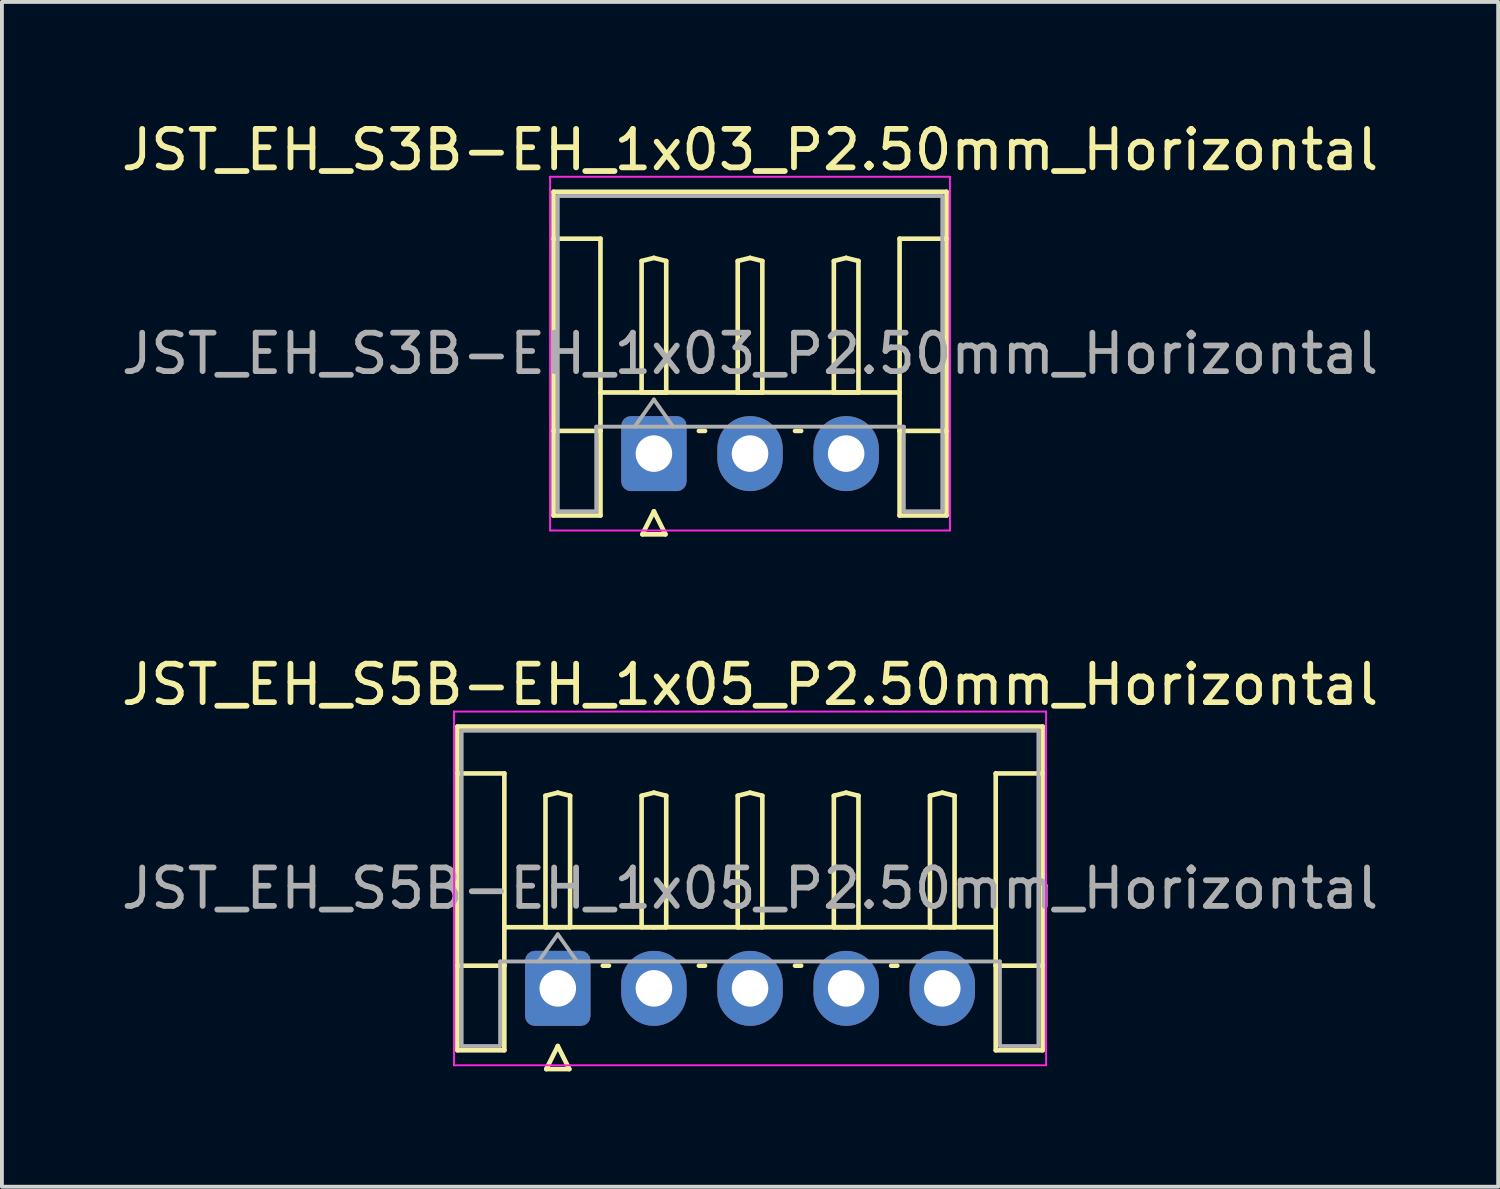
<source format=kicad_pcb>
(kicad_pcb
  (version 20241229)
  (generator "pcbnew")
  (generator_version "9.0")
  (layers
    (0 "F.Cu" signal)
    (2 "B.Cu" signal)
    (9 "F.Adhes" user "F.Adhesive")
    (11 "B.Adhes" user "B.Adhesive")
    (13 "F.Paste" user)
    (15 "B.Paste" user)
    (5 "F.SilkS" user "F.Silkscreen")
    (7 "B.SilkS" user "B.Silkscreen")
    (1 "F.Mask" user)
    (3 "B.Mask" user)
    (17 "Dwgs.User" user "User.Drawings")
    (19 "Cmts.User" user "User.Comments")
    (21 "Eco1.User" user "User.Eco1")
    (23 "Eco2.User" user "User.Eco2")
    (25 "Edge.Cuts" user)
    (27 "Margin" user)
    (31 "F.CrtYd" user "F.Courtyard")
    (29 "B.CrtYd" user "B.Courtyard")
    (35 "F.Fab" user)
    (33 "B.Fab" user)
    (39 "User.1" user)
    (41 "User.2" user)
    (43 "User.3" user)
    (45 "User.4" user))
  (footprint "JST_EH_S5B-EH_1x05_P2.50mm_Horizontal"
    (layer "F.Cu")
    (at 11.458 22.657)
    (property "Reference" "JST_EH_S5B-EH_1x05_P2.50mm_Horizontal" (at 5 -7.9 0) (layer "F.SilkS") (effects (font (size 1 1) (thickness 0.15))))
    (attr through_hole)
    (fp_line (start -2.61 -6.81) (end 12.61 -6.81) (stroke (width 0.12) (type solid)) (layer "F.SilkS"))
    (fp_line (start -2.61 -5.59) (end -1.39 -5.59) (stroke (width 0.12) (type solid)) (layer "F.SilkS"))
    (fp_line (start -2.61 1.61) (end -2.61 -6.81) (stroke (width 0.12) (type solid)) (layer "F.SilkS"))
    (fp_line (start -1.39 -5.59) (end -1.39 -0.59) (stroke (width 0.12) (type solid)) (layer "F.SilkS"))
    (fp_line (start -1.39 -1.59) (end 11.39 -1.59) (stroke (width 0.12) (type solid)) (layer "F.SilkS"))
    (fp_line (start -1.39 -0.59) (end -2.61 -0.59) (stroke (width 0.12) (type solid)) (layer "F.SilkS"))
    (fp_line (start -1.39 -0.59) (end -1.39 1.61) (stroke (width 0.12) (type solid)) (layer "F.SilkS"))
    (fp_line (start -1.39 1.61) (end -2.61 1.61) (stroke (width 0.12) (type solid)) (layer "F.SilkS"))
    (fp_line (start -0.32 -5.01) (end 0 -5.09) (stroke (width 0.12) (type solid)) (layer "F.SilkS"))
    (fp_line (start -0.32 -1.59) (end -0.32 -5.01) (stroke (width 0.12) (type solid)) (layer "F.SilkS"))
    (fp_line (start -0.3 2.1) (end 0.3 2.1) (stroke (width 0.12) (type solid)) (layer "F.SilkS"))
    (fp_line (start 0 -5.09) (end 0.32 -5.01) (stroke (width 0.12) (type solid)) (layer "F.SilkS"))
    (fp_line (start 0 -1.59) (end -0.32 -1.59) (stroke (width 0.12) (type solid)) (layer "F.SilkS"))
    (fp_line (start 0 1.5) (end -0.3 2.1) (stroke (width 0.12) (type solid)) (layer "F.SilkS"))
    (fp_line (start 0.3 2.1) (end 0 1.5) (stroke (width 0.12) (type solid)) (layer "F.SilkS"))
    (fp_line (start 0.32 -5.01) (end 0.32 -1.59) (stroke (width 0.12) (type solid)) (layer "F.SilkS"))
    (fp_line (start 0.32 -1.59) (end 0 -1.59) (stroke (width 0.12) (type solid)) (layer "F.SilkS"))
    (fp_line (start 1.17 -0.59) (end 1.33 -0.59) (stroke (width 0.12) (type solid)) (layer "F.SilkS"))
    (fp_line (start 2.18 -5.01) (end 2.5 -5.09) (stroke (width 0.12) (type solid)) (layer "F.SilkS"))
    (fp_line (start 2.18 -1.59) (end 2.18 -5.01) (stroke (width 0.12) (type solid)) (layer "F.SilkS"))
    (fp_line (start 2.5 -5.09) (end 2.82 -5.01) (stroke (width 0.12) (type solid)) (layer "F.SilkS"))
    (fp_line (start 2.5 -1.59) (end 2.18 -1.59) (stroke (width 0.12) (type solid)) (layer "F.SilkS"))
    (fp_line (start 2.82 -5.01) (end 2.82 -1.59) (stroke (width 0.12) (type solid)) (layer "F.SilkS"))
    (fp_line (start 2.82 -1.59) (end 2.5 -1.59) (stroke (width 0.12) (type solid)) (layer "F.SilkS"))
    (fp_line (start 3.67 -0.59) (end 3.83 -0.59) (stroke (width 0.12) (type solid)) (layer "F.SilkS"))
    (fp_line (start 4.68 -5.01) (end 5 -5.09) (stroke (width 0.12) (type solid)) (layer "F.SilkS"))
    (fp_line (start 4.68 -1.59) (end 4.68 -5.01) (stroke (width 0.12) (type solid)) (layer "F.SilkS"))
    (fp_line (start 5 -5.09) (end 5.32 -5.01) (stroke (width 0.12) (type solid)) (layer "F.SilkS"))
    (fp_line (start 5 -1.59) (end 4.68 -1.59) (stroke (width 0.12) (type solid)) (layer "F.SilkS"))
    (fp_line (start 5.32 -5.01) (end 5.32 -1.59) (stroke (width 0.12) (type solid)) (layer "F.SilkS"))
    (fp_line (start 5.32 -1.59) (end 5 -1.59) (stroke (width 0.12) (type solid)) (layer "F.SilkS"))
    (fp_line (start 6.17 -0.59) (end 6.33 -0.59) (stroke (width 0.12) (type solid)) (layer "F.SilkS"))
    (fp_line (start 7.18 -5.01) (end 7.5 -5.09) (stroke (width 0.12) (type solid)) (layer "F.SilkS"))
    (fp_line (start 7.18 -1.59) (end 7.18 -5.01) (stroke (width 0.12) (type solid)) (layer "F.SilkS"))
    (fp_line (start 7.5 -5.09) (end 7.82 -5.01) (stroke (width 0.12) (type solid)) (layer "F.SilkS"))
    (fp_line (start 7.5 -1.59) (end 7.18 -1.59) (stroke (width 0.12) (type solid)) (layer "F.SilkS"))
    (fp_line (start 7.82 -5.01) (end 7.82 -1.59) (stroke (width 0.12) (type solid)) (layer "F.SilkS"))
    (fp_line (start 7.82 -1.59) (end 7.5 -1.59) (stroke (width 0.12) (type solid)) (layer "F.SilkS"))
    (fp_line (start 8.67 -0.59) (end 8.83 -0.59) (stroke (width 0.12) (type solid)) (layer "F.SilkS"))
    (fp_line (start 9.68 -5.01) (end 10 -5.09) (stroke (width 0.12) (type solid)) (layer "F.SilkS"))
    (fp_line (start 9.68 -1.59) (end 9.68 -5.01) (stroke (width 0.12) (type solid)) (layer "F.SilkS"))
    (fp_line (start 10 -5.09) (end 10.32 -5.01) (stroke (width 0.12) (type solid)) (layer "F.SilkS"))
    (fp_line (start 10 -1.59) (end 9.68 -1.59) (stroke (width 0.12) (type solid)) (layer "F.SilkS"))
    (fp_line (start 10.32 -5.01) (end 10.32 -1.59) (stroke (width 0.12) (type solid)) (layer "F.SilkS"))
    (fp_line (start 10.32 -1.59) (end 10 -1.59) (stroke (width 0.12) (type solid)) (layer "F.SilkS"))
    (fp_line (start 11.39 -5.59) (end 11.39 -0.59) (stroke (width 0.12) (type solid)) (layer "F.SilkS"))
    (fp_line (start 11.39 -0.59) (end 12.61 -0.59) (stroke (width 0.12) (type solid)) (layer "F.SilkS"))
    (fp_line (start 11.39 1.61) (end 11.39 -0.59) (stroke (width 0.12) (type solid)) (layer "F.SilkS"))
    (fp_line (start 12.61 -6.81) (end 12.61 1.61) (stroke (width 0.12) (type solid)) (layer "F.SilkS"))
    (fp_line (start 12.61 -5.59) (end 11.39 -5.59) (stroke (width 0.12) (type solid)) (layer "F.SilkS"))
    (fp_line (start 12.61 1.61) (end 11.39 1.61) (stroke (width 0.12) (type solid)) (layer "F.SilkS"))
    (fp_line (start -2.7 -7.2) (end -2.7 2) (stroke (width 0.05) (type solid)) (layer "F.CrtYd"))
    (fp_line (start -2.7 2) (end 12.7 2) (stroke (width 0.05) (type solid)) (layer "F.CrtYd"))
    (fp_line (start 12.7 -7.2) (end -2.7 -7.2) (stroke (width 0.05) (type solid)) (layer "F.CrtYd"))
    (fp_line (start 12.7 2) (end 12.7 -7.2) (stroke (width 0.05) (type solid)) (layer "F.CrtYd"))
    (fp_line (start -2.5 -6.7) (end 12.5 -6.7) (stroke (width 0.1) (type solid)) (layer "F.Fab"))
    (fp_line (start -2.5 1.5) (end -2.5 -6.7) (stroke (width 0.1) (type solid)) (layer "F.Fab"))
    (fp_line (start -1.5 -0.7) (end -1.5 1.5) (stroke (width 0.1) (type solid)) (layer "F.Fab"))
    (fp_line (start -1.5 1.5) (end -2.5 1.5) (stroke (width 0.1) (type solid)) (layer "F.Fab"))
    (fp_line (start -0.5 -0.7) (end 0 -1.407) (stroke (width 0.1) (type solid)) (layer "F.Fab"))
    (fp_line (start 0 -1.407) (end 0.5 -0.7) (stroke (width 0.1) (type solid)) (layer "F.Fab"))
    (fp_line (start 11.5 -0.7) (end -1.5 -0.7) (stroke (width 0.1) (type solid)) (layer "F.Fab"))
    (fp_line (start 11.5 1.5) (end 11.5 -0.7) (stroke (width 0.1) (type solid)) (layer "F.Fab"))
    (fp_line (start 12.5 -6.7) (end 12.5 1.5) (stroke (width 0.1) (type solid)) (layer "F.Fab"))
    (fp_line (start 12.5 1.5) (end 11.5 1.5) (stroke (width 0.1) (type solid)) (layer "F.Fab"))
    (fp_text user "${REFERENCE}" (at 5 -2.6 0) (layer "F.Fab") (effects (font (size 1 1) (thickness 0.15))))
    (pad "1" thru_hole roundrect (at 0 0) (size 1.7 1.95) (drill 0.95) (layers "*.Cu" "*.Mask") (roundrect_rratio 0.147))
    (pad "2" thru_hole oval (at 2.5 0) (size 1.7 1.95) (drill 0.95) (layers "*.Cu" "*.Mask"))
    (pad "3" thru_hole oval (at 5 0) (size 1.7 1.95) (drill 0.95) (layers "*.Cu" "*.Mask"))
    (pad "4" thru_hole oval (at 7.5 0) (size 1.7 1.95) (drill 0.95) (layers "*.Cu" "*.Mask"))
    (pad "5" thru_hole oval (at 10 0) (size 1.7 1.95) (drill 0.95) (layers "*.Cu" "*.Mask")))
  (footprint "JST_EH_S3B-EH_1x03_P2.50mm_Horizontal"
    (layer "F.Cu")
    (at 13.958 8.748)
    (property "Reference" "JST_EH_S3B-EH_1x03_P2.50mm_Horizontal" (at 2.5 -7.9 0) (layer "F.SilkS") (effects (font (size 1 1) (thickness 0.15))))
    (attr through_hole)
    (fp_line (start -2.61 -6.81) (end 7.61 -6.81) (stroke (width 0.12) (type solid)) (layer "F.SilkS"))
    (fp_line (start -2.61 -5.59) (end -1.39 -5.59) (stroke (width 0.12) (type solid)) (layer "F.SilkS"))
    (fp_line (start -2.61 1.61) (end -2.61 -6.81) (stroke (width 0.12) (type solid)) (layer "F.SilkS"))
    (fp_line (start -1.39 -5.59) (end -1.39 -0.59) (stroke (width 0.12) (type solid)) (layer "F.SilkS"))
    (fp_line (start -1.39 -1.59) (end 6.39 -1.59) (stroke (width 0.12) (type solid)) (layer "F.SilkS"))
    (fp_line (start -1.39 -0.59) (end -2.61 -0.59) (stroke (width 0.12) (type solid)) (layer "F.SilkS"))
    (fp_line (start -1.39 -0.59) (end -1.39 1.61) (stroke (width 0.12) (type solid)) (layer "F.SilkS"))
    (fp_line (start -1.39 1.61) (end -2.61 1.61) (stroke (width 0.12) (type solid)) (layer "F.SilkS"))
    (fp_line (start -0.32 -5.01) (end 0 -5.09) (stroke (width 0.12) (type solid)) (layer "F.SilkS"))
    (fp_line (start -0.32 -1.59) (end -0.32 -5.01) (stroke (width 0.12) (type solid)) (layer "F.SilkS"))
    (fp_line (start -0.3 2.1) (end 0.3 2.1) (stroke (width 0.12) (type solid)) (layer "F.SilkS"))
    (fp_line (start 0 -5.09) (end 0.32 -5.01) (stroke (width 0.12) (type solid)) (layer "F.SilkS"))
    (fp_line (start 0 -1.59) (end -0.32 -1.59) (stroke (width 0.12) (type solid)) (layer "F.SilkS"))
    (fp_line (start 0 1.5) (end -0.3 2.1) (stroke (width 0.12) (type solid)) (layer "F.SilkS"))
    (fp_line (start 0.3 2.1) (end 0 1.5) (stroke (width 0.12) (type solid)) (layer "F.SilkS"))
    (fp_line (start 0.32 -5.01) (end 0.32 -1.59) (stroke (width 0.12) (type solid)) (layer "F.SilkS"))
    (fp_line (start 0.32 -1.59) (end 0 -1.59) (stroke (width 0.12) (type solid)) (layer "F.SilkS"))
    (fp_line (start 1.17 -0.59) (end 1.33 -0.59) (stroke (width 0.12) (type solid)) (layer "F.SilkS"))
    (fp_line (start 2.18 -5.01) (end 2.5 -5.09) (stroke (width 0.12) (type solid)) (layer "F.SilkS"))
    (fp_line (start 2.18 -1.59) (end 2.18 -5.01) (stroke (width 0.12) (type solid)) (layer "F.SilkS"))
    (fp_line (start 2.5 -5.09) (end 2.82 -5.01) (stroke (width 0.12) (type solid)) (layer "F.SilkS"))
    (fp_line (start 2.5 -1.59) (end 2.18 -1.59) (stroke (width 0.12) (type solid)) (layer "F.SilkS"))
    (fp_line (start 2.82 -5.01) (end 2.82 -1.59) (stroke (width 0.12) (type solid)) (layer "F.SilkS"))
    (fp_line (start 2.82 -1.59) (end 2.5 -1.59) (stroke (width 0.12) (type solid)) (layer "F.SilkS"))
    (fp_line (start 3.67 -0.59) (end 3.83 -0.59) (stroke (width 0.12) (type solid)) (layer "F.SilkS"))
    (fp_line (start 4.68 -5.01) (end 5 -5.09) (stroke (width 0.12) (type solid)) (layer "F.SilkS"))
    (fp_line (start 4.68 -1.59) (end 4.68 -5.01) (stroke (width 0.12) (type solid)) (layer "F.SilkS"))
    (fp_line (start 5 -5.09) (end 5.32 -5.01) (stroke (width 0.12) (type solid)) (layer "F.SilkS"))
    (fp_line (start 5 -1.59) (end 4.68 -1.59) (stroke (width 0.12) (type solid)) (layer "F.SilkS"))
    (fp_line (start 5.32 -5.01) (end 5.32 -1.59) (stroke (width 0.12) (type solid)) (layer "F.SilkS"))
    (fp_line (start 5.32 -1.59) (end 5 -1.59) (stroke (width 0.12) (type solid)) (layer "F.SilkS"))
    (fp_line (start 6.39 -5.59) (end 6.39 -0.59) (stroke (width 0.12) (type solid)) (layer "F.SilkS"))
    (fp_line (start 6.39 -0.59) (end 7.61 -0.59) (stroke (width 0.12) (type solid)) (layer "F.SilkS"))
    (fp_line (start 6.39 1.61) (end 6.39 -0.59) (stroke (width 0.12) (type solid)) (layer "F.SilkS"))
    (fp_line (start 7.61 -6.81) (end 7.61 1.61) (stroke (width 0.12) (type solid)) (layer "F.SilkS"))
    (fp_line (start 7.61 -5.59) (end 6.39 -5.59) (stroke (width 0.12) (type solid)) (layer "F.SilkS"))
    (fp_line (start 7.61 1.61) (end 6.39 1.61) (stroke (width 0.12) (type solid)) (layer "F.SilkS"))
    (fp_line (start -2.7 -7.2) (end -2.7 2) (stroke (width 0.05) (type solid)) (layer "F.CrtYd"))
    (fp_line (start -2.7 2) (end 7.7 2) (stroke (width 0.05) (type solid)) (layer "F.CrtYd"))
    (fp_line (start 7.7 -7.2) (end -2.7 -7.2) (stroke (width 0.05) (type solid)) (layer "F.CrtYd"))
    (fp_line (start 7.7 2) (end 7.7 -7.2) (stroke (width 0.05) (type solid)) (layer "F.CrtYd"))
    (fp_line (start -2.5 -6.7) (end 7.5 -6.7) (stroke (width 0.1) (type solid)) (layer "F.Fab"))
    (fp_line (start -2.5 1.5) (end -2.5 -6.7) (stroke (width 0.1) (type solid)) (layer "F.Fab"))
    (fp_line (start -1.5 -0.7) (end -1.5 1.5) (stroke (width 0.1) (type solid)) (layer "F.Fab"))
    (fp_line (start -1.5 1.5) (end -2.5 1.5) (stroke (width 0.1) (type solid)) (layer "F.Fab"))
    (fp_line (start -0.5 -0.7) (end 0 -1.407) (stroke (width 0.1) (type solid)) (layer "F.Fab"))
    (fp_line (start 0 -1.407) (end 0.5 -0.7) (stroke (width 0.1) (type solid)) (layer "F.Fab"))
    (fp_line (start 6.5 -0.7) (end -1.5 -0.7) (stroke (width 0.1) (type solid)) (layer "F.Fab"))
    (fp_line (start 6.5 1.5) (end 6.5 -0.7) (stroke (width 0.1) (type solid)) (layer "F.Fab"))
    (fp_line (start 7.5 -6.7) (end 7.5 1.5) (stroke (width 0.1) (type solid)) (layer "F.Fab"))
    (fp_line (start 7.5 1.5) (end 6.5 1.5) (stroke (width 0.1) (type solid)) (layer "F.Fab"))
    (fp_text user "${REFERENCE}" (at 2.5 -2.6 0) (layer "F.Fab") (effects (font (size 1 1) (thickness 0.15))))
    (pad "1" thru_hole roundrect (at 0 0) (size 1.7 1.95) (drill 0.95) (layers "*.Cu" "*.Mask") (roundrect_rratio 0.147))
    (pad "2" thru_hole oval (at 2.5 0) (size 1.7 1.95) (drill 0.95) (layers "*.Cu" "*.Mask"))
    (pad "3" thru_hole oval (at 5 0) (size 1.7 1.95) (drill 0.95) (layers "*.Cu" "*.Mask")))
  (gr_rect
    (start -3 -3)
    (end 35.917 27.817)
    (stroke (width 0.1) (type default))
    (fill no)
    (layer "Edge.Cuts")))
</source>
